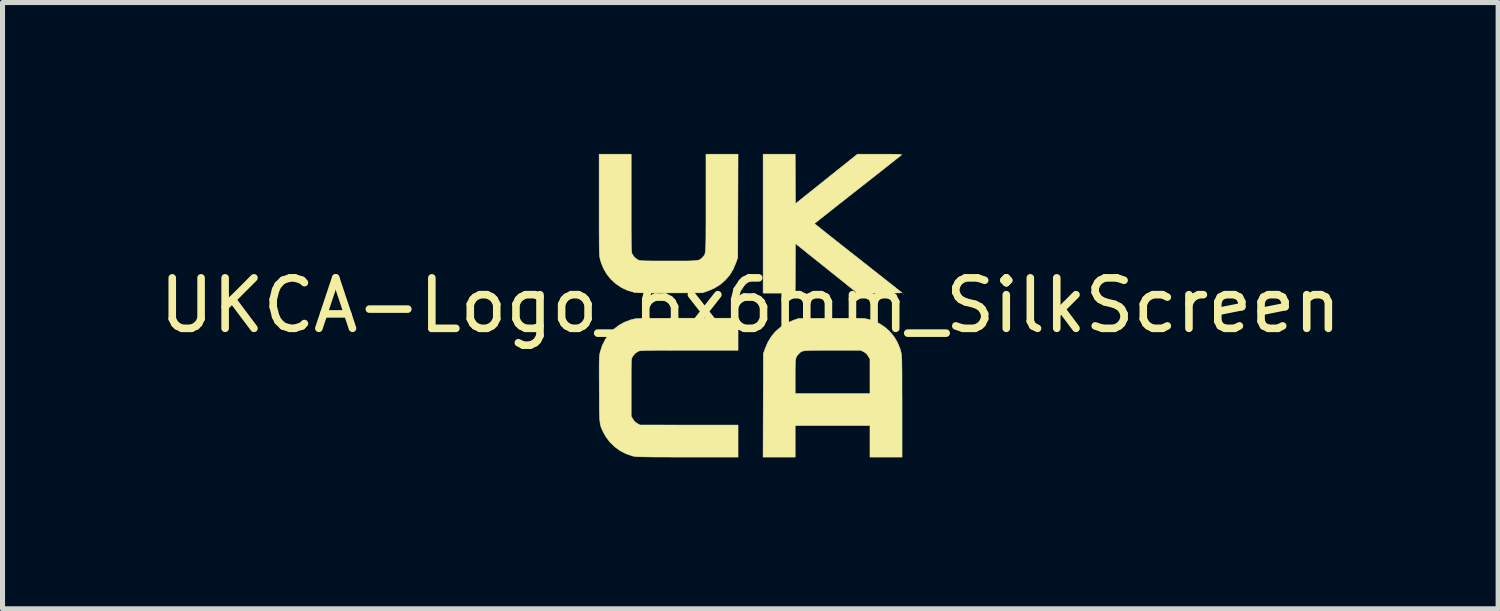
<source format=kicad_pcb>
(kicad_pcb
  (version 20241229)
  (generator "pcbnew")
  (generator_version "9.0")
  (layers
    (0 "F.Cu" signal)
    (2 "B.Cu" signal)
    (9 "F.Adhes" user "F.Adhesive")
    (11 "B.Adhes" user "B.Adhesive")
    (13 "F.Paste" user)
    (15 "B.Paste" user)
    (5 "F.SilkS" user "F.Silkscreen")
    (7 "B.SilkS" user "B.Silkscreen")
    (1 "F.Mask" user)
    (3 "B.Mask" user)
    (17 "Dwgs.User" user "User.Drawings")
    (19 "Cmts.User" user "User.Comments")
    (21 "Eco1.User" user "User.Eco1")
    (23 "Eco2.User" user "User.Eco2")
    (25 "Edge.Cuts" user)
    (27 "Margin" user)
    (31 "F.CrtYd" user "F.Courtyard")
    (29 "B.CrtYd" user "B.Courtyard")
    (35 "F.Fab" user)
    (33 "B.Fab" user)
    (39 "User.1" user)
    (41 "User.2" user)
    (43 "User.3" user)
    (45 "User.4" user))
  (footprint "UKCA-Logo_6x6mm_SilkScreen"
    (layer "F.Cu")
    (at 11.815 3)
    (property "Reference" "UKCA-Logo_6x6mm_SilkScreen" (at 0 0 0) (layer "F.SilkS") (effects (font (size 1 1) (thickness 0.15))))
    (attr exclude_from_pos_files exclude_from_bom allow_missing_courtyard)
    (fp_poly (pts (xy 0.892 -2.504) (xy 0.894 -2.013) (xy 2.122 -2.995) (xy 2.566 -2.995) (xy 2.676 -2.995) (xy 2.766 -2.995) (xy 2.838 -2.994) (xy 2.895 -2.993) (xy 2.937 -2.992) (xy 2.966 -2.991) (xy 2.985 -2.988) (xy 2.994 -2.986) (xy 2.996 -2.982) (xy 2.995 -2.98) (xy 2.984 -2.972) (xy 2.959 -2.951) (xy 2.918 -2.919) (xy 2.865 -2.877) (xy 2.799 -2.825) (xy 2.722 -2.764) (xy 2.636 -2.696) (xy 2.541 -2.621) (xy 2.438 -2.54) (xy 2.328 -2.454) (xy 2.214 -2.364) (xy 2.127 -2.296) (xy 2.01 -2.204) (xy 1.897 -2.115) (xy 1.79 -2.031) (xy 1.69 -1.952) (xy 1.598 -1.88) (xy 1.515 -1.814) (xy 1.443 -1.757) (xy 1.381 -1.708) (xy 1.333 -1.67) (xy 1.298 -1.642) (xy 1.278 -1.625) (xy 1.273 -1.621) (xy 1.281 -1.613) (xy 1.304 -1.594) (xy 1.342 -1.563) (xy 1.394 -1.522) (xy 1.457 -1.471) (xy 1.532 -1.412) (xy 1.617 -1.344) (xy 1.711 -1.27) (xy 1.813 -1.189) (xy 1.921 -1.104) (xy 2.036 -1.014) (xy 2.134 -0.937) (xy 2.252 -0.844) (xy 2.366 -0.754) (xy 2.474 -0.669) (xy 2.575 -0.59) (xy 2.668 -0.516) (xy 2.752 -0.45) (xy 2.826 -0.392) (xy 2.888 -0.343) (xy 2.938 -0.303) (xy 2.974 -0.274) (xy 2.996 -0.257) (xy 3.002 -0.251) (xy 2.993 -0.25) (xy 2.965 -0.248) (xy 2.92 -0.247) (xy 2.86 -0.245) (xy 2.788 -0.245) (xy 2.705 -0.244) (xy 2.614 -0.243) (xy 2.564 -0.243) (xy 2.122 -0.243) (xy 0.894 -1.226) (xy 0.892 -0.734) (xy 0.889 -0.243) (xy 0.254 -0.243) (xy 0.254 -2.995) (xy 0.889 -2.995) (xy 0.892 -2.504)) (stroke (width 0.01) (type solid)) (fill yes) (layer "F.SilkS"))
    (fp_poly (pts (xy 2.024 0.255) (xy 2.092 0.256) (xy 2.148 0.257) (xy 2.194 0.258) (xy 2.23 0.26) (xy 2.26 0.263) (xy 2.284 0.265) (xy 2.305 0.269) (xy 2.311 0.27) (xy 2.439 0.306) (xy 2.558 0.361) (xy 2.667 0.433) (xy 2.764 0.519) (xy 2.847 0.62) (xy 2.914 0.732) (xy 2.965 0.855) (xy 2.985 0.924) (xy 2.988 0.939) (xy 2.991 0.955) (xy 2.994 0.973) (xy 2.996 0.993) (xy 2.998 1.019) (xy 3 1.05) (xy 3.001 1.089) (xy 3.003 1.137) (xy 3.003 1.194) (xy 3.004 1.263) (xy 3.005 1.345) (xy 3.005 1.441) (xy 3.005 1.553) (xy 3.005 1.682) (xy 3.006 1.829) (xy 3.006 1.995) (xy 3.006 2.008) (xy 3.006 3.006) (xy 2.371 3.006) (xy 2.371 2.381) (xy 0.889 2.381) (xy 0.889 3.006) (xy 0.253 3.006) (xy 0.256 1.982) (xy 0.258 1.407) (xy 0.889 1.407) (xy 0.889 1.746) (xy 2.371 1.746) (xy 2.371 1.063) (xy 2.336 1.005) (xy 2.307 0.964) (xy 2.274 0.935) (xy 2.245 0.919) (xy 2.188 0.889) (xy 1.631 0.889) (xy 1.503 0.889) (xy 1.394 0.889) (xy 1.303 0.89) (xy 1.228 0.891) (xy 1.167 0.893) (xy 1.117 0.895) (xy 1.079 0.899) (xy 1.048 0.904) (xy 1.025 0.911) (xy 1.006 0.919) (xy 0.991 0.929) (xy 0.977 0.942) (xy 0.963 0.957) (xy 0.956 0.964) (xy 0.938 0.984) (xy 0.924 1.002) (xy 0.913 1.022) (xy 0.904 1.045) (xy 0.898 1.075) (xy 0.894 1.114) (xy 0.891 1.164) (xy 0.89 1.228) (xy 0.889 1.308) (xy 0.889 1.407) (xy 0.258 1.407) (xy 0.259 0.958) (xy 0.294 0.857) (xy 0.35 0.727) (xy 0.421 0.611) (xy 0.509 0.509) (xy 0.611 0.422) (xy 0.727 0.35) (xy 0.857 0.294) (xy 0.857 0.294) (xy 0.958 0.259) (xy 1.593 0.256) (xy 1.728 0.256) (xy 1.844 0.255) (xy 1.942 0.255) (xy 2.024 0.255)) (stroke (width 0.01) (type solid)) (fill yes) (layer "F.SilkS"))
    (fp_poly (pts (xy -2.36 -2.026) (xy -2.36 -1.861) (xy -2.36 -1.716) (xy -2.36 -1.589) (xy -2.36 -1.48) (xy -2.359 -1.386) (xy -2.359 -1.307) (xy -2.358 -1.241) (xy -2.357 -1.186) (xy -2.356 -1.143) (xy -2.355 -1.108) (xy -2.353 -1.081) (xy -2.351 -1.061) (xy -2.349 -1.046) (xy -2.346 -1.034) (xy -2.343 -1.025) (xy -2.34 -1.018) (xy -2.338 -1.014) (xy -2.297 -0.955) (xy -2.243 -0.912) (xy -2.217 -0.898) (xy -2.207 -0.894) (xy -2.194 -0.89) (xy -2.178 -0.887) (xy -2.157 -0.885) (xy -2.128 -0.883) (xy -2.089 -0.882) (xy -2.04 -0.88) (xy -1.978 -0.88) (xy -1.902 -0.879) (xy -1.809 -0.879) (xy -1.698 -0.879) (xy -1.619 -0.879) (xy -1.491 -0.879) (xy -1.383 -0.879) (xy -1.292 -0.879) (xy -1.217 -0.88) (xy -1.155 -0.882) (xy -1.106 -0.885) (xy -1.068 -0.889) (xy -1.037 -0.894) (xy -1.014 -0.9) (xy -0.996 -0.909) (xy -0.98 -0.919) (xy -0.967 -0.931) (xy -0.952 -0.946) (xy -0.945 -0.954) (xy -0.934 -0.965) (xy -0.924 -0.976) (xy -0.916 -0.986) (xy -0.908 -0.998) (xy -0.902 -1.012) (xy -0.896 -1.031) (xy -0.892 -1.056) (xy -0.888 -1.087) (xy -0.885 -1.126) (xy -0.883 -1.174) (xy -0.881 -1.234) (xy -0.88 -1.305) (xy -0.879 -1.39) (xy -0.879 -1.49) (xy -0.878 -1.605) (xy -0.878 -1.738) (xy -0.878 -1.89) (xy -0.878 -2.032) (xy -0.878 -2.995) (xy -0.243 -2.995) (xy -0.246 -1.971) (xy -0.249 -0.947) (xy -0.284 -0.847) (xy -0.339 -0.716) (xy -0.41 -0.6) (xy -0.497 -0.499) (xy -0.598 -0.412) (xy -0.714 -0.34) (xy -0.845 -0.284) (xy -0.847 -0.284) (xy -0.947 -0.249) (xy -1.593 -0.247) (xy -1.732 -0.246) (xy -1.852 -0.246) (xy -1.954 -0.246) (xy -2.04 -0.247) (xy -2.111 -0.248) (xy -2.168 -0.249) (xy -2.214 -0.251) (xy -2.25 -0.253) (xy -2.278 -0.255) (xy -2.299 -0.258) (xy -2.306 -0.26) (xy -2.435 -0.298) (xy -2.555 -0.355) (xy -2.664 -0.429) (xy -2.761 -0.517) (xy -2.843 -0.619) (xy -2.909 -0.733) (xy -2.958 -0.856) (xy -2.974 -0.913) (xy -2.978 -0.928) (xy -2.981 -0.944) (xy -2.983 -0.962) (xy -2.986 -0.983) (xy -2.988 -1.008) (xy -2.989 -1.04) (xy -2.991 -1.079) (xy -2.992 -1.126) (xy -2.993 -1.184) (xy -2.994 -1.253) (xy -2.994 -1.335) (xy -2.995 -1.431) (xy -2.995 -1.543) (xy -2.995 -1.671) (xy -2.995 -1.818) (xy -2.995 -1.985) (xy -2.995 -1.998) (xy -2.995 -2.995) (xy -2.36 -2.995) (xy -2.36 -2.026)) (stroke (width 0.01) (type solid)) (fill yes) (layer "F.SilkS"))
    (fp_poly (pts (xy -0.243 0.889) (xy -1.209 0.889) (xy -1.374 0.889) (xy -1.52 0.889) (xy -1.647 0.89) (xy -1.756 0.89) (xy -1.85 0.89) (xy -1.93 0.891) (xy -1.996 0.892) (xy -2.05 0.892) (xy -2.094 0.894) (xy -2.129 0.895) (xy -2.156 0.897) (xy -2.176 0.899) (xy -2.192 0.901) (xy -2.203 0.904) (xy -2.212 0.907) (xy -2.217 0.909) (xy -2.278 0.947) (xy -2.324 1) (xy -2.338 1.025) (xy -2.343 1.035) (xy -2.347 1.046) (xy -2.35 1.059) (xy -2.353 1.076) (xy -2.355 1.1) (xy -2.357 1.132) (xy -2.358 1.173) (xy -2.359 1.226) (xy -2.36 1.292) (xy -2.36 1.373) (xy -2.36 1.471) (xy -2.36 1.588) (xy -2.36 1.632) (xy -2.36 2.196) (xy -2.328 2.251) (xy -2.296 2.297) (xy -2.254 2.331) (xy -2.241 2.339) (xy -2.185 2.37) (xy -1.214 2.371) (xy -0.243 2.371) (xy -0.243 3.006) (xy -1.246 3.005) (xy -1.415 3.005) (xy -1.564 3.005) (xy -1.694 3.004) (xy -1.807 3.004) (xy -1.905 3.004) (xy -1.988 3.003) (xy -2.058 3.002) (xy -2.117 3.001) (xy -2.166 3) (xy -2.205 2.999) (xy -2.237 2.997) (xy -2.263 2.995) (xy -2.284 2.993) (xy -2.302 2.99) (xy -2.317 2.987) (xy -2.332 2.984) (xy -2.334 2.983) (xy -2.458 2.942) (xy -2.574 2.883) (xy -2.681 2.806) (xy -2.776 2.715) (xy -2.856 2.611) (xy -2.911 2.514) (xy -2.926 2.482) (xy -2.939 2.454) (xy -2.951 2.427) (xy -2.96 2.401) (xy -2.968 2.373) (xy -2.974 2.342) (xy -2.979 2.305) (xy -2.983 2.261) (xy -2.986 2.207) (xy -2.988 2.143) (xy -2.99 2.066) (xy -2.991 1.975) (xy -2.991 1.867) (xy -2.992 1.741) (xy -2.993 1.659) (xy -2.993 1.526) (xy -2.994 1.412) (xy -2.994 1.316) (xy -2.994 1.236) (xy -2.994 1.169) (xy -2.993 1.115) (xy -2.992 1.071) (xy -2.99 1.035) (xy -2.988 1.007) (xy -2.985 0.983) (xy -2.982 0.962) (xy -2.978 0.943) (xy -2.974 0.923) (xy -2.933 0.796) (xy -2.874 0.678) (xy -2.799 0.571) (xy -2.709 0.477) (xy -2.606 0.397) (xy -2.491 0.333) (xy -2.366 0.286) (xy -2.301 0.27) (xy -2.286 0.267) (xy -2.266 0.265) (xy -2.239 0.263) (xy -2.206 0.261) (xy -2.163 0.259) (xy -2.111 0.258) (xy -2.047 0.257) (xy -1.971 0.256) (xy -1.881 0.256) (xy -1.776 0.255) (xy -1.655 0.255) (xy -1.516 0.254) (xy -1.358 0.254) (xy -1.236 0.254) (xy -0.243 0.254) (xy -0.243 0.889)) (stroke (width 0.01) (type solid)) (fill yes) (layer "F.SilkS")))
  (gr_rect
    (start -3 -3)
    (end 26.631 9.011)
    (stroke (width 0.1) (type default))
    (fill no)
    (layer "Edge.Cuts")))
</source>
